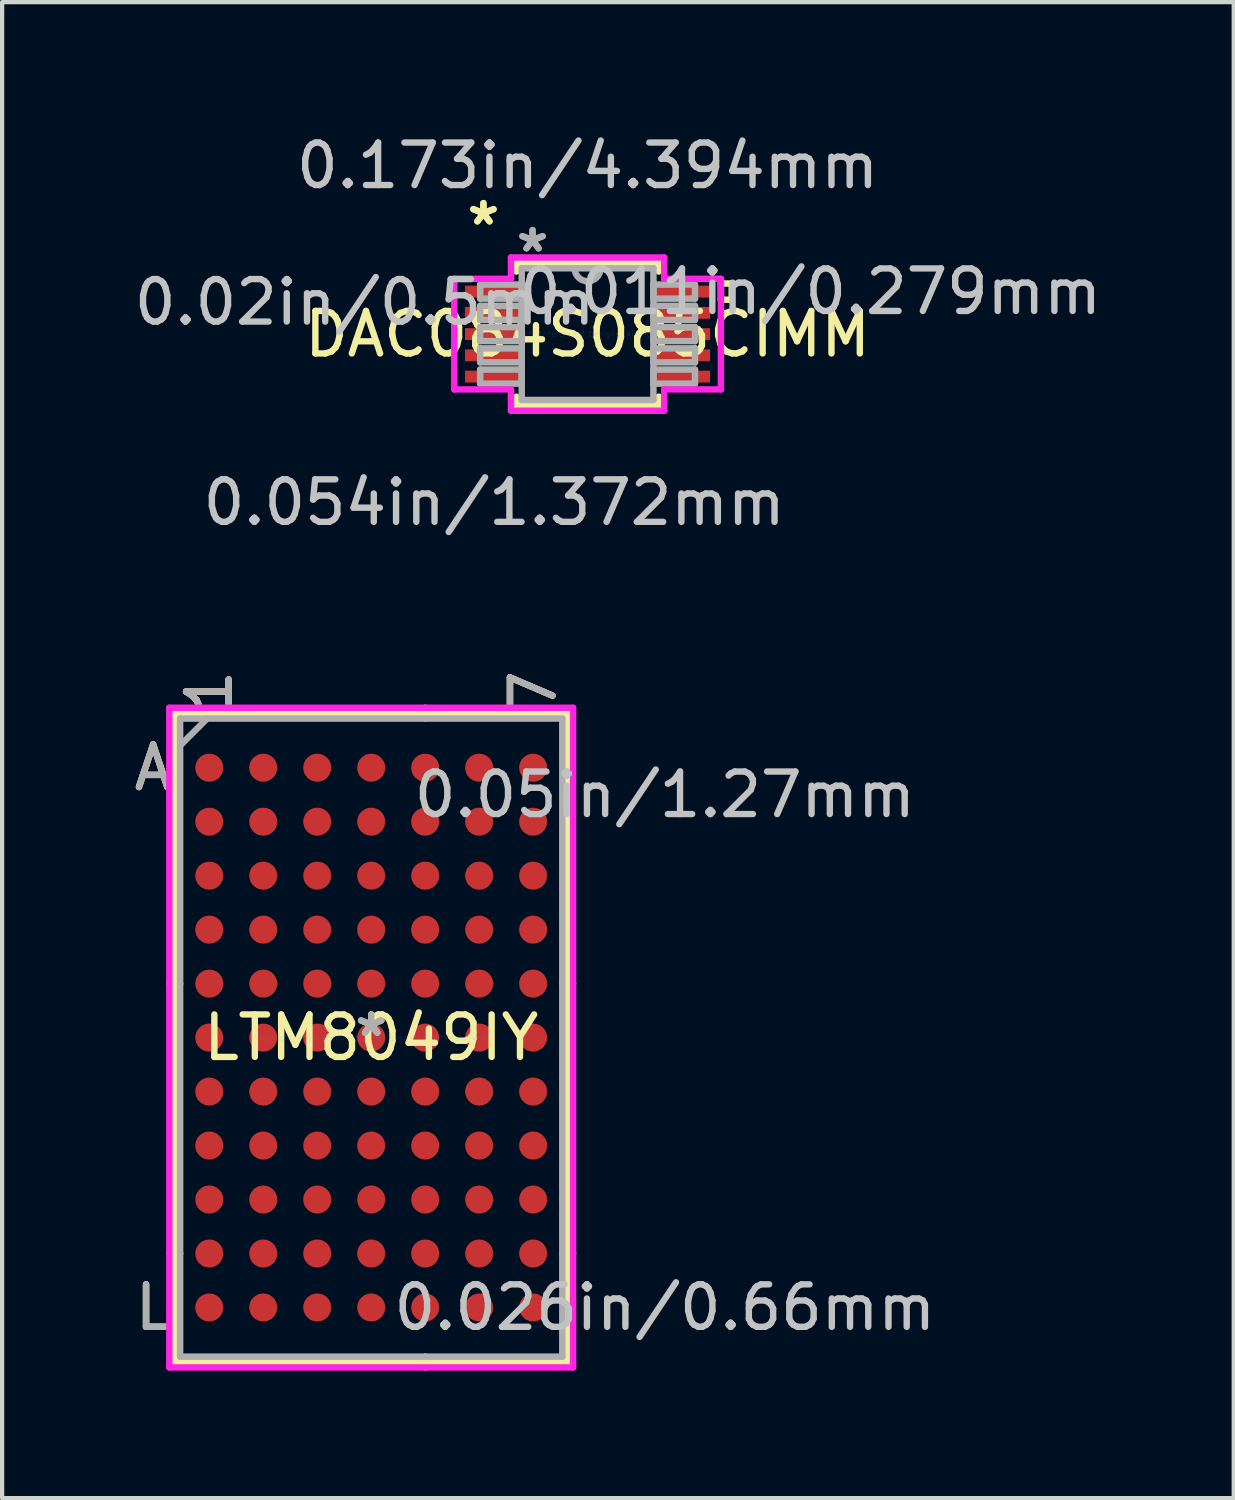
<source format=kicad_pcb>
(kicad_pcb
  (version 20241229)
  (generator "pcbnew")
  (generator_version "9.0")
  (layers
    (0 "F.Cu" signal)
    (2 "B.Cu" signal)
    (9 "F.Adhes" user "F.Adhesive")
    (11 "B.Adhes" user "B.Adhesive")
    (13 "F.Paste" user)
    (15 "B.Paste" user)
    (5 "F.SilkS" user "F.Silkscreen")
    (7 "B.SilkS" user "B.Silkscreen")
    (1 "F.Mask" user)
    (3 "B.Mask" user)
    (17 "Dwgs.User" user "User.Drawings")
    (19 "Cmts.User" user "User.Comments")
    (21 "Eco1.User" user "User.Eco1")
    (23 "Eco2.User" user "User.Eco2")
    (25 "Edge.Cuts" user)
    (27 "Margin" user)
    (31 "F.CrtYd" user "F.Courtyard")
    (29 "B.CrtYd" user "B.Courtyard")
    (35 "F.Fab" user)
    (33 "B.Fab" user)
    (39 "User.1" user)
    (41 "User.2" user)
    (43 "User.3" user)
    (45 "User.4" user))
  (footprint "LTM8049IY"
    (layer "F.Cu")
    (at 5.684 21.363)
    (property "Reference" "LTM8049IY" (at 0 0 0) (layer "F.SilkS") (effects (font (size 1 1) (thickness 0.15))))
    (attr through_hole)
    (fp_line (start -4.623 -7.633) (end -4.623 7.633) (stroke (width 0.152) (type solid)) (layer "F.SilkS"))
    (fp_line (start -4.623 7.633) (end 4.623 7.633) (stroke (width 0.152) (type solid)) (layer "F.SilkS"))
    (fp_line (start -4.496 -1.27) (end -4.75 -1.27) (stroke (width 0.152) (type solid)) (layer "F.SilkS"))
    (fp_line (start -4.496 5.08) (end -4.75 5.08) (stroke (width 0.152) (type solid)) (layer "F.SilkS"))
    (fp_line (start 1.27 -7.506) (end 1.27 -7.76) (stroke (width 0.152) (type solid)) (layer "F.SilkS"))
    (fp_line (start 1.27 7.506) (end 1.27 7.76) (stroke (width 0.152) (type solid)) (layer "F.SilkS"))
    (fp_line (start 4.496 -1.27) (end 4.75 -1.27) (stroke (width 0.152) (type solid)) (layer "F.SilkS"))
    (fp_line (start 4.496 5.08) (end 4.75 5.08) (stroke (width 0.152) (type solid)) (layer "F.SilkS"))
    (fp_line (start 4.623 -7.633) (end -4.623 -7.633) (stroke (width 0.152) (type solid)) (layer "F.SilkS"))
    (fp_line (start 4.623 7.633) (end 4.623 -7.633) (stroke (width 0.152) (type solid)) (layer "F.SilkS"))
    (fp_line (start -4.75 -7.76) (end 4.75 -7.76) (stroke (width 0.152) (type solid)) (layer "F.CrtYd"))
    (fp_line (start -4.75 7.76) (end -4.75 -7.76) (stroke (width 0.152) (type solid)) (layer "F.CrtYd"))
    (fp_line (start 4.75 -7.76) (end 4.75 7.76) (stroke (width 0.152) (type solid)) (layer "F.CrtYd"))
    (fp_line (start 4.75 7.76) (end -4.75 7.76) (stroke (width 0.152) (type solid)) (layer "F.CrtYd"))
    (fp_line (start -4.496 -7.506) (end -4.496 7.506) (stroke (width 0.152) (type solid)) (layer "F.Fab"))
    (fp_line (start -4.496 7.506) (end 4.496 7.506) (stroke (width 0.152) (type solid)) (layer "F.Fab"))
    (fp_line (start -3.861 -7.506) (end -4.496 -6.871) (stroke (width 0.152) (type solid)) (layer "F.Fab"))
    (fp_line (start 4.496 -7.506) (end -4.496 -7.506) (stroke (width 0.152) (type solid)) (layer "F.Fab"))
    (fp_line (start 4.496 7.506) (end 4.496 -7.506) (stroke (width 0.152) (type solid)) (layer "F.Fab"))
    (fp_text user "*" (at 0 0 0) (layer "F.SilkS") (effects (font (size 1 1) (thickness 0.15))))
    (fp_text user "7" (at 3.81 -8.141 90) (layer "F.SilkS") (effects (font (size 1 1) (thickness 0.15))))
    (fp_text user "A" (at -5.131 -6.35 0) (layer "F.SilkS") (effects (font (size 1 1) (thickness 0.15))))
    (fp_text user "1" (at -3.81 -8.141 90) (layer "F.SilkS") (effects (font (size 1 1) (thickness 0.15))))
    (fp_text user "L" (at -5.131 6.35 0) (layer "F.SilkS") (effects (font (size 1 1) (thickness 0.15))))
    (fp_text user "1" (at -3.81 -8.141 90) (layer "B.SilkS") (effects (font (size 1 1) (thickness 0.15))))
    (fp_text user "7" (at 3.81 -8.141 90) (layer "B.SilkS") (effects (font (size 1 1) (thickness 0.15))))
    (fp_text user "L" (at -5.131 6.35 0) (layer "B.SilkS") (effects (font (size 1 1) (thickness 0.15))))
    (fp_text user "A" (at -5.131 -6.35 0) (layer "B.SilkS") (effects (font (size 1 1) (thickness 0.15))))
    (fp_text user "0.026in/0.66mm" (at 6.909 6.35 0) (layer "Dwgs.User") (effects (font (size 1 1) (thickness 0.15))))
    (fp_text user "0.05in/1.27mm" (at 6.909 -5.715 0) (layer "Dwgs.User") (effects (font (size 1 1) (thickness 0.15))))
    (fp_text user "Copyright 2016 Accelerated Designs. All rights reserved." (at 0 0 0) (layer "Cmts.User") (effects (font (size 0.127 0.127) (thickness 0.002))))
    (fp_text user "7" (at 3.81 -8.141 90) (layer "F.Fab") (effects (font (size 1 1) (thickness 0.15))))
    (fp_text user "L" (at -5.131 6.35 0) (layer "F.Fab") (effects (font (size 1 1) (thickness 0.15))))
    (fp_text user "A" (at -5.131 -6.35 0) (layer "F.Fab") (effects (font (size 1 1) (thickness 0.15))))
    (fp_text user "*" (at 0 0 0) (layer "F.Fab") (effects (font (size 1 1) (thickness 0.15))))
    (fp_text user "1" (at -3.81 -8.141 90) (layer "F.Fab") (effects (font (size 1 1) (thickness 0.15))))
    (pad "A1" smd circle (at -3.81 -6.35) (size 0.66 0.66) (layers "F.Cu" "F.Mask" "F.Paste"))
    (pad "A2" smd circle (at -2.54 -6.35) (size 0.66 0.66) (layers "F.Cu" "F.Mask" "F.Paste"))
    (pad "A3" smd circle (at -1.27 -6.35) (size 0.66 0.66) (layers "F.Cu" "F.Mask" "F.Paste"))
    (pad "A4" smd circle (at 0 -6.35) (size 0.66 0.66) (layers "F.Cu" "F.Mask" "F.Paste"))
    (pad "A5" smd circle (at 1.27 -6.35) (size 0.66 0.66) (layers "F.Cu" "F.Mask" "F.Paste"))
    (pad "A6" smd circle (at 2.54 -6.35) (size 0.66 0.66) (layers "F.Cu" "F.Mask" "F.Paste"))
    (pad "A7" smd circle (at 3.81 -6.35) (size 0.66 0.66) (layers "F.Cu" "F.Mask" "F.Paste"))
    (pad "B1" smd circle (at -3.81 -5.08) (size 0.66 0.66) (layers "F.Cu" "F.Mask" "F.Paste"))
    (pad "B2" smd circle (at -2.54 -5.08) (size 0.66 0.66) (layers "F.Cu" "F.Mask" "F.Paste"))
    (pad "B3" smd circle (at -1.27 -5.08) (size 0.66 0.66) (layers "F.Cu" "F.Mask" "F.Paste"))
    (pad "B4" smd circle (at 0 -5.08) (size 0.66 0.66) (layers "F.Cu" "F.Mask" "F.Paste"))
    (pad "B5" smd circle (at 1.27 -5.08) (size 0.66 0.66) (layers "F.Cu" "F.Mask" "F.Paste"))
    (pad "B6" smd circle (at 2.54 -5.08) (size 0.66 0.66) (layers "F.Cu" "F.Mask" "F.Paste"))
    (pad "B7" smd circle (at 3.81 -5.08) (size 0.66 0.66) (layers "F.Cu" "F.Mask" "F.Paste"))
    (pad "C1" smd circle (at -3.81 -3.81) (size 0.66 0.66) (layers "F.Cu" "F.Mask" "F.Paste"))
    (pad "C2" smd circle (at -2.54 -3.81) (size 0.66 0.66) (layers "F.Cu" "F.Mask" "F.Paste"))
    (pad "C3" smd circle (at -1.27 -3.81) (size 0.66 0.66) (layers "F.Cu" "F.Mask" "F.Paste"))
    (pad "C4" smd circle (at 0 -3.81) (size 0.66 0.66) (layers "F.Cu" "F.Mask" "F.Paste"))
    (pad "C5" smd circle (at 1.27 -3.81) (size 0.66 0.66) (layers "F.Cu" "F.Mask" "F.Paste"))
    (pad "C6" smd circle (at 2.54 -3.81) (size 0.66 0.66) (layers "F.Cu" "F.Mask" "F.Paste"))
    (pad "C7" smd circle (at 3.81 -3.81) (size 0.66 0.66) (layers "F.Cu" "F.Mask" "F.Paste"))
    (pad "D1" smd circle (at -3.81 -2.54) (size 0.66 0.66) (layers "F.Cu" "F.Mask" "F.Paste"))
    (pad "D2" smd circle (at -2.54 -2.54) (size 0.66 0.66) (layers "F.Cu" "F.Mask" "F.Paste"))
    (pad "D3" smd circle (at -1.27 -2.54) (size 0.66 0.66) (layers "F.Cu" "F.Mask" "F.Paste"))
    (pad "D4" smd circle (at 0 -2.54) (size 0.66 0.66) (layers "F.Cu" "F.Mask" "F.Paste"))
    (pad "D5" smd circle (at 1.27 -2.54) (size 0.66 0.66) (layers "F.Cu" "F.Mask" "F.Paste"))
    (pad "D6" smd circle (at 2.54 -2.54) (size 0.66 0.66) (layers "F.Cu" "F.Mask" "F.Paste"))
    (pad "D7" smd circle (at 3.81 -2.54) (size 0.66 0.66) (layers "F.Cu" "F.Mask" "F.Paste"))
    (pad "E1" smd circle (at -3.81 -1.27) (size 0.66 0.66) (layers "F.Cu" "F.Mask" "F.Paste"))
    (pad "E2" smd circle (at -2.54 -1.27) (size 0.66 0.66) (layers "F.Cu" "F.Mask" "F.Paste"))
    (pad "E3" smd circle (at -1.27 -1.27) (size 0.66 0.66) (layers "F.Cu" "F.Mask" "F.Paste"))
    (pad "E4" smd circle (at 0 -1.27) (size 0.66 0.66) (layers "F.Cu" "F.Mask" "F.Paste"))
    (pad "E5" smd circle (at 1.27 -1.27) (size 0.66 0.66) (layers "F.Cu" "F.Mask" "F.Paste"))
    (pad "E6" smd circle (at 2.54 -1.27) (size 0.66 0.66) (layers "F.Cu" "F.Mask" "F.Paste"))
    (pad "E7" smd circle (at 3.81 -1.27) (size 0.66 0.66) (layers "F.Cu" "F.Mask" "F.Paste"))
    (pad "F1" smd circle (at -3.81 0) (size 0.66 0.66) (layers "F.Cu" "F.Mask" "F.Paste"))
    (pad "F2" smd circle (at -2.54 0) (size 0.66 0.66) (layers "F.Cu" "F.Mask" "F.Paste"))
    (pad "F3" smd circle (at -1.27 0) (size 0.66 0.66) (layers "F.Cu" "F.Mask" "F.Paste"))
    (pad "F4" smd circle (at 0 0) (size 0.66 0.66) (layers "F.Cu" "F.Mask" "F.Paste"))
    (pad "F5" smd circle (at 1.27 0) (size 0.66 0.66) (layers "F.Cu" "F.Mask" "F.Paste"))
    (pad "F6" smd circle (at 2.54 0) (size 0.66 0.66) (layers "F.Cu" "F.Mask" "F.Paste"))
    (pad "F7" smd circle (at 3.81 0) (size 0.66 0.66) (layers "F.Cu" "F.Mask" "F.Paste"))
    (pad "G1" smd circle (at -3.81 1.27) (size 0.66 0.66) (layers "F.Cu" "F.Mask" "F.Paste"))
    (pad "G2" smd circle (at -2.54 1.27) (size 0.66 0.66) (layers "F.Cu" "F.Mask" "F.Paste"))
    (pad "G3" smd circle (at -1.27 1.27) (size 0.66 0.66) (layers "F.Cu" "F.Mask" "F.Paste"))
    (pad "G4" smd circle (at 0 1.27) (size 0.66 0.66) (layers "F.Cu" "F.Mask" "F.Paste"))
    (pad "G5" smd circle (at 1.27 1.27) (size 0.66 0.66) (layers "F.Cu" "F.Mask" "F.Paste"))
    (pad "G6" smd circle (at 2.54 1.27) (size 0.66 0.66) (layers "F.Cu" "F.Mask" "F.Paste"))
    (pad "G7" smd circle (at 3.81 1.27) (size 0.66 0.66) (layers "F.Cu" "F.Mask" "F.Paste"))
    (pad "H1" smd circle (at -3.81 2.54) (size 0.66 0.66) (layers "F.Cu" "F.Mask" "F.Paste"))
    (pad "H2" smd circle (at -2.54 2.54) (size 0.66 0.66) (layers "F.Cu" "F.Mask" "F.Paste"))
    (pad "H3" smd circle (at -1.27 2.54) (size 0.66 0.66) (layers "F.Cu" "F.Mask" "F.Paste"))
    (pad "H4" smd circle (at 0 2.54) (size 0.66 0.66) (layers "F.Cu" "F.Mask" "F.Paste"))
    (pad "H5" smd circle (at 1.27 2.54) (size 0.66 0.66) (layers "F.Cu" "F.Mask" "F.Paste"))
    (pad "H6" smd circle (at 2.54 2.54) (size 0.66 0.66) (layers "F.Cu" "F.Mask" "F.Paste"))
    (pad "H7" smd circle (at 3.81 2.54) (size 0.66 0.66) (layers "F.Cu" "F.Mask" "F.Paste"))
    (pad "J1" smd circle (at -3.81 3.81) (size 0.66 0.66) (layers "F.Cu" "F.Mask" "F.Paste"))
    (pad "J2" smd circle (at -2.54 3.81) (size 0.66 0.66) (layers "F.Cu" "F.Mask" "F.Paste"))
    (pad "J3" smd circle (at -1.27 3.81) (size 0.66 0.66) (layers "F.Cu" "F.Mask" "F.Paste"))
    (pad "J4" smd circle (at 0 3.81) (size 0.66 0.66) (layers "F.Cu" "F.Mask" "F.Paste"))
    (pad "J5" smd circle (at 1.27 3.81) (size 0.66 0.66) (layers "F.Cu" "F.Mask" "F.Paste"))
    (pad "J6" smd circle (at 2.54 3.81) (size 0.66 0.66) (layers "F.Cu" "F.Mask" "F.Paste"))
    (pad "J7" smd circle (at 3.81 3.81) (size 0.66 0.66) (layers "F.Cu" "F.Mask" "F.Paste"))
    (pad "K1" smd circle (at -3.81 5.08) (size 0.66 0.66) (layers "F.Cu" "F.Mask" "F.Paste"))
    (pad "K2" smd circle (at -2.54 5.08) (size 0.66 0.66) (layers "F.Cu" "F.Mask" "F.Paste"))
    (pad "K3" smd circle (at -1.27 5.08) (size 0.66 0.66) (layers "F.Cu" "F.Mask" "F.Paste"))
    (pad "K4" smd circle (at 0 5.08) (size 0.66 0.66) (layers "F.Cu" "F.Mask" "F.Paste"))
    (pad "K5" smd circle (at 1.27 5.08) (size 0.66 0.66) (layers "F.Cu" "F.Mask" "F.Paste"))
    (pad "K6" smd circle (at 2.54 5.08) (size 0.66 0.66) (layers "F.Cu" "F.Mask" "F.Paste"))
    (pad "K7" smd circle (at 3.81 5.08) (size 0.66 0.66) (layers "F.Cu" "F.Mask" "F.Paste"))
    (pad "L1" smd circle (at -3.81 6.35) (size 0.66 0.66) (layers "F.Cu" "F.Mask" "F.Paste"))
    (pad "L2" smd circle (at -2.54 6.35) (size 0.66 0.66) (layers "F.Cu" "F.Mask" "F.Paste"))
    (pad "L3" smd circle (at -1.27 6.35) (size 0.66 0.66) (layers "F.Cu" "F.Mask" "F.Paste"))
    (pad "L4" smd circle (at 0 6.35) (size 0.66 0.66) (layers "F.Cu" "F.Mask" "F.Paste"))
    (pad "L5" smd circle (at 1.27 6.35) (size 0.66 0.66) (layers "F.Cu" "F.Mask" "F.Paste"))
    (pad "L6" smd circle (at 2.54 6.35) (size 0.66 0.66) (layers "F.Cu" "F.Mask" "F.Paste"))
    (pad "L7" smd circle (at 3.81 6.35) (size 0.66 0.66) (layers "F.Cu" "F.Mask" "F.Paste")))
  (footprint "DAC084S085CIMM"
    (layer "F.Cu")
    (at 10.775 4.811)
    (property "Reference" "DAC084S085CIMM" (at 0 0 0) (layer "F.SilkS") (effects (font (size 1 1) (thickness 0.15))))
    (attr through_hole)
    (fp_line (start -1.676 -1.676) (end -1.676 -1.472) (stroke (width 0.152) (type solid)) (layer "F.SilkS"))
    (fp_line (start -1.676 1.472) (end -1.676 1.676) (stroke (width 0.152) (type solid)) (layer "F.SilkS"))
    (fp_line (start -1.676 1.676) (end 1.676 1.676) (stroke (width 0.152) (type solid)) (layer "F.SilkS"))
    (fp_line (start 1.676 -1.676) (end -1.676 -1.676) (stroke (width 0.152) (type solid)) (layer "F.SilkS"))
    (fp_line (start 1.676 -1.472) (end 1.676 -1.676) (stroke (width 0.152) (type solid)) (layer "F.SilkS"))
    (fp_line (start 1.676 1.676) (end 1.676 1.472) (stroke (width 0.152) (type solid)) (layer "F.SilkS"))
    (fp_line (start 3.137 -1.191) (end 3.391 -1.191) (stroke (width 0.152) (type solid)) (layer "F.SilkS"))
    (fp_line (start 3.137 -0.81) (end 3.137 -1.191) (stroke (width 0.152) (type solid)) (layer "F.SilkS"))
    (fp_line (start 3.391 -1.191) (end 3.391 -0.81) (stroke (width 0.152) (type solid)) (layer "F.SilkS"))
    (fp_line (start 3.391 -0.81) (end 3.137 -0.81) (stroke (width 0.152) (type solid)) (layer "F.SilkS"))
    (fp_line (start -3.137 -1.301) (end -1.803 -1.301) (stroke (width 0.152) (type solid)) (layer "F.CrtYd"))
    (fp_line (start -3.137 1.301) (end -3.137 -1.301) (stroke (width 0.152) (type solid)) (layer "F.CrtYd"))
    (fp_line (start -1.803 -1.803) (end 1.803 -1.803) (stroke (width 0.152) (type solid)) (layer "F.CrtYd"))
    (fp_line (start -1.803 -1.301) (end -1.803 -1.803) (stroke (width 0.152) (type solid)) (layer "F.CrtYd"))
    (fp_line (start -1.803 1.301) (end -3.137 1.301) (stroke (width 0.152) (type solid)) (layer "F.CrtYd"))
    (fp_line (start -1.803 1.803) (end -1.803 1.301) (stroke (width 0.152) (type solid)) (layer "F.CrtYd"))
    (fp_line (start 1.803 -1.803) (end 1.803 -1.301) (stroke (width 0.152) (type solid)) (layer "F.CrtYd"))
    (fp_line (start 1.803 -1.301) (end 3.137 -1.301) (stroke (width 0.152) (type solid)) (layer "F.CrtYd"))
    (fp_line (start 1.803 1.301) (end 1.803 1.803) (stroke (width 0.152) (type solid)) (layer "F.CrtYd"))
    (fp_line (start 1.803 1.803) (end -1.803 1.803) (stroke (width 0.152) (type solid)) (layer "F.CrtYd"))
    (fp_line (start 3.137 -1.301) (end 3.137 1.301) (stroke (width 0.152) (type solid)) (layer "F.CrtYd"))
    (fp_line (start 3.137 1.301) (end 1.803 1.301) (stroke (width 0.152) (type solid)) (layer "F.CrtYd"))
    (fp_line (start -2.527 -1.165) (end -2.527 -0.835) (stroke (width 0.152) (type solid)) (layer "F.Fab"))
    (fp_line (start -2.527 -0.835) (end -1.549 -0.835) (stroke (width 0.152) (type solid)) (layer "F.Fab"))
    (fp_line (start -2.527 -0.665) (end -2.527 -0.335) (stroke (width 0.152) (type solid)) (layer "F.Fab"))
    (fp_line (start -2.527 -0.335) (end -1.549 -0.335) (stroke (width 0.152) (type solid)) (layer "F.Fab"))
    (fp_line (start -2.527 -0.165) (end -2.527 0.165) (stroke (width 0.152) (type solid)) (layer "F.Fab"))
    (fp_line (start -2.527 0.165) (end -1.549 0.165) (stroke (width 0.152) (type solid)) (layer "F.Fab"))
    (fp_line (start -2.527 0.335) (end -2.527 0.665) (stroke (width 0.152) (type solid)) (layer "F.Fab"))
    (fp_line (start -2.527 0.665) (end -1.549 0.665) (stroke (width 0.152) (type solid)) (layer "F.Fab"))
    (fp_line (start -2.527 0.835) (end -2.527 1.165) (stroke (width 0.152) (type solid)) (layer "F.Fab"))
    (fp_line (start -2.527 1.165) (end -1.549 1.165) (stroke (width 0.152) (type solid)) (layer "F.Fab"))
    (fp_line (start -1.549 -1.549) (end -1.549 1.549) (stroke (width 0.152) (type solid)) (layer "F.Fab"))
    (fp_line (start -1.549 -1.165) (end -2.527 -1.165) (stroke (width 0.152) (type solid)) (layer "F.Fab"))
    (fp_line (start -1.549 -0.835) (end -1.549 -1.165) (stroke (width 0.152) (type solid)) (layer "F.Fab"))
    (fp_line (start -1.549 -0.665) (end -2.527 -0.665) (stroke (width 0.152) (type solid)) (layer "F.Fab"))
    (fp_line (start -1.549 -0.335) (end -1.549 -0.665) (stroke (width 0.152) (type solid)) (layer "F.Fab"))
    (fp_line (start -1.549 -0.165) (end -2.527 -0.165) (stroke (width 0.152) (type solid)) (layer "F.Fab"))
    (fp_line (start -1.549 0.165) (end -1.549 -0.165) (stroke (width 0.152) (type solid)) (layer "F.Fab"))
    (fp_line (start -1.549 0.335) (end -2.527 0.335) (stroke (width 0.152) (type solid)) (layer "F.Fab"))
    (fp_line (start -1.549 0.665) (end -1.549 0.335) (stroke (width 0.152) (type solid)) (layer "F.Fab"))
    (fp_line (start -1.549 0.835) (end -2.527 0.835) (stroke (width 0.152) (type solid)) (layer "F.Fab"))
    (fp_line (start -1.549 1.165) (end -1.549 0.835) (stroke (width 0.152) (type solid)) (layer "F.Fab"))
    (fp_line (start -1.549 1.549) (end 1.549 1.549) (stroke (width 0.152) (type solid)) (layer "F.Fab"))
    (fp_line (start 1.549 -1.549) (end -1.549 -1.549) (stroke (width 0.152) (type solid)) (layer "F.Fab"))
    (fp_line (start 1.549 -1.165) (end 1.549 -0.835) (stroke (width 0.152) (type solid)) (layer "F.Fab"))
    (fp_line (start 1.549 -0.835) (end 2.527 -0.835) (stroke (width 0.152) (type solid)) (layer "F.Fab"))
    (fp_line (start 1.549 -0.665) (end 1.549 -0.335) (stroke (width 0.152) (type solid)) (layer "F.Fab"))
    (fp_line (start 1.549 -0.335) (end 2.527 -0.335) (stroke (width 0.152) (type solid)) (layer "F.Fab"))
    (fp_line (start 1.549 -0.165) (end 1.549 0.165) (stroke (width 0.152) (type solid)) (layer "F.Fab"))
    (fp_line (start 1.549 0.165) (end 2.527 0.165) (stroke (width 0.152) (type solid)) (layer "F.Fab"))
    (fp_line (start 1.549 0.335) (end 1.549 0.665) (stroke (width 0.152) (type solid)) (layer "F.Fab"))
    (fp_line (start 1.549 0.665) (end 2.527 0.665) (stroke (width 0.152) (type solid)) (layer "F.Fab"))
    (fp_line (start 1.549 0.835) (end 1.549 1.165) (stroke (width 0.152) (type solid)) (layer "F.Fab"))
    (fp_line (start 1.549 1.165) (end 2.527 1.165) (stroke (width 0.152) (type solid)) (layer "F.Fab"))
    (fp_line (start 1.549 1.549) (end 1.549 -1.549) (stroke (width 0.152) (type solid)) (layer "F.Fab"))
    (fp_line (start 2.527 -1.165) (end 1.549 -1.165) (stroke (width 0.152) (type solid)) (layer "F.Fab"))
    (fp_line (start 2.527 -0.835) (end 2.527 -1.165) (stroke (width 0.152) (type solid)) (layer "F.Fab"))
    (fp_line (start 2.527 -0.665) (end 1.549 -0.665) (stroke (width 0.152) (type solid)) (layer "F.Fab"))
    (fp_line (start 2.527 -0.335) (end 2.527 -0.665) (stroke (width 0.152) (type solid)) (layer "F.Fab"))
    (fp_line (start 2.527 -0.165) (end 1.549 -0.165) (stroke (width 0.152) (type solid)) (layer "F.Fab"))
    (fp_line (start 2.527 0.165) (end 2.527 -0.165) (stroke (width 0.152) (type solid)) (layer "F.Fab"))
    (fp_line (start 2.527 0.335) (end 1.549 0.335) (stroke (width 0.152) (type solid)) (layer "F.Fab"))
    (fp_line (start 2.527 0.665) (end 2.527 0.335) (stroke (width 0.152) (type solid)) (layer "F.Fab"))
    (fp_line (start 2.527 0.835) (end 1.549 0.835) (stroke (width 0.152) (type solid)) (layer "F.Fab"))
    (fp_line (start 2.527 1.165) (end 2.527 0.835) (stroke (width 0.152) (type solid)) (layer "F.Fab"))
    (fp_arc (start 0.3048 -1.5494) (mid 0 -1.2446) (end -0.3048 -1.5494) (stroke (width 0.1524) (type solid)) (layer "F.Fab"))
    (fp_text user "*" (at -2.451 -2.537 0) (layer "F.SilkS") (effects (font (size 1 1) (thickness 0.15))))
    (fp_text user "*" (at -2.451 -2.537 0) (layer "F.SilkS") (effects (font (size 1 1) (thickness 0.15))))
    (fp_text user "0.011in/0.279mm" (at 5.245 -1 0) (layer "Dwgs.User") (effects (font (size 1 1) (thickness 0.15))))
    (fp_text user "0.054in/1.372mm" (at -2.197 3.962 0) (layer "Dwgs.User") (effects (font (size 1 1) (thickness 0.15))))
    (fp_text user "0.173in/4.394mm" (at 0 -3.962 0) (layer "Dwgs.User") (effects (font (size 1 1) (thickness 0.15))))
    (fp_text user "0.02in/0.5mm" (at -5.245 -0.75 0) (layer "Dwgs.User") (effects (font (size 1 1) (thickness 0.15))))
    (fp_text user "Copyright 2016 Accelerated Designs. All rights reserved." (at 0 0 0) (layer "Cmts.User") (effects (font (size 0.127 0.127) (thickness 0.002))))
    (fp_text user "*" (at -1.295 -1.902 0) (layer "F.Fab") (effects (font (size 1 1) (thickness 0.15))))
    (fp_text user "*" (at -1.295 -1.902 0) (layer "F.Fab") (effects (font (size 1 1) (thickness 0.15))))
    (pad "1" smd rect (at -2.197 -1) (size 1.372 0.279) (layers "F.Cu" "F.Mask" "F.Paste"))
    (pad "2" smd rect (at -2.197 -0.5) (size 1.372 0.279) (layers "F.Cu" "F.Mask" "F.Paste"))
    (pad "3" smd rect (at -2.197 0) (size 1.372 0.279) (layers "F.Cu" "F.Mask" "F.Paste"))
    (pad "4" smd rect (at -2.197 0.5) (size 1.372 0.279) (layers "F.Cu" "F.Mask" "F.Paste"))
    (pad "5" smd rect (at -2.197 1) (size 1.372 0.279) (layers "F.Cu" "F.Mask" "F.Paste"))
    (pad "6" smd rect (at 2.197 1) (size 1.372 0.279) (layers "F.Cu" "F.Mask" "F.Paste"))
    (pad "7" smd rect (at 2.197 0.5) (size 1.372 0.279) (layers "F.Cu" "F.Mask" "F.Paste"))
    (pad "8" smd rect (at 2.197 0) (size 1.372 0.279) (layers "F.Cu" "F.Mask" "F.Paste"))
    (pad "9" smd rect (at 2.197 -0.5) (size 1.372 0.279) (layers "F.Cu" "F.Mask" "F.Paste"))
    (pad "10" smd rect (at 2.197 -1) (size 1.372 0.279) (layers "F.Cu" "F.Mask" "F.Paste")))
  (gr_rect
    (start -3 -3)
    (end 25.978 32.199)
    (stroke (width 0.1) (type default))
    (fill no)
    (layer "Edge.Cuts")))
</source>
